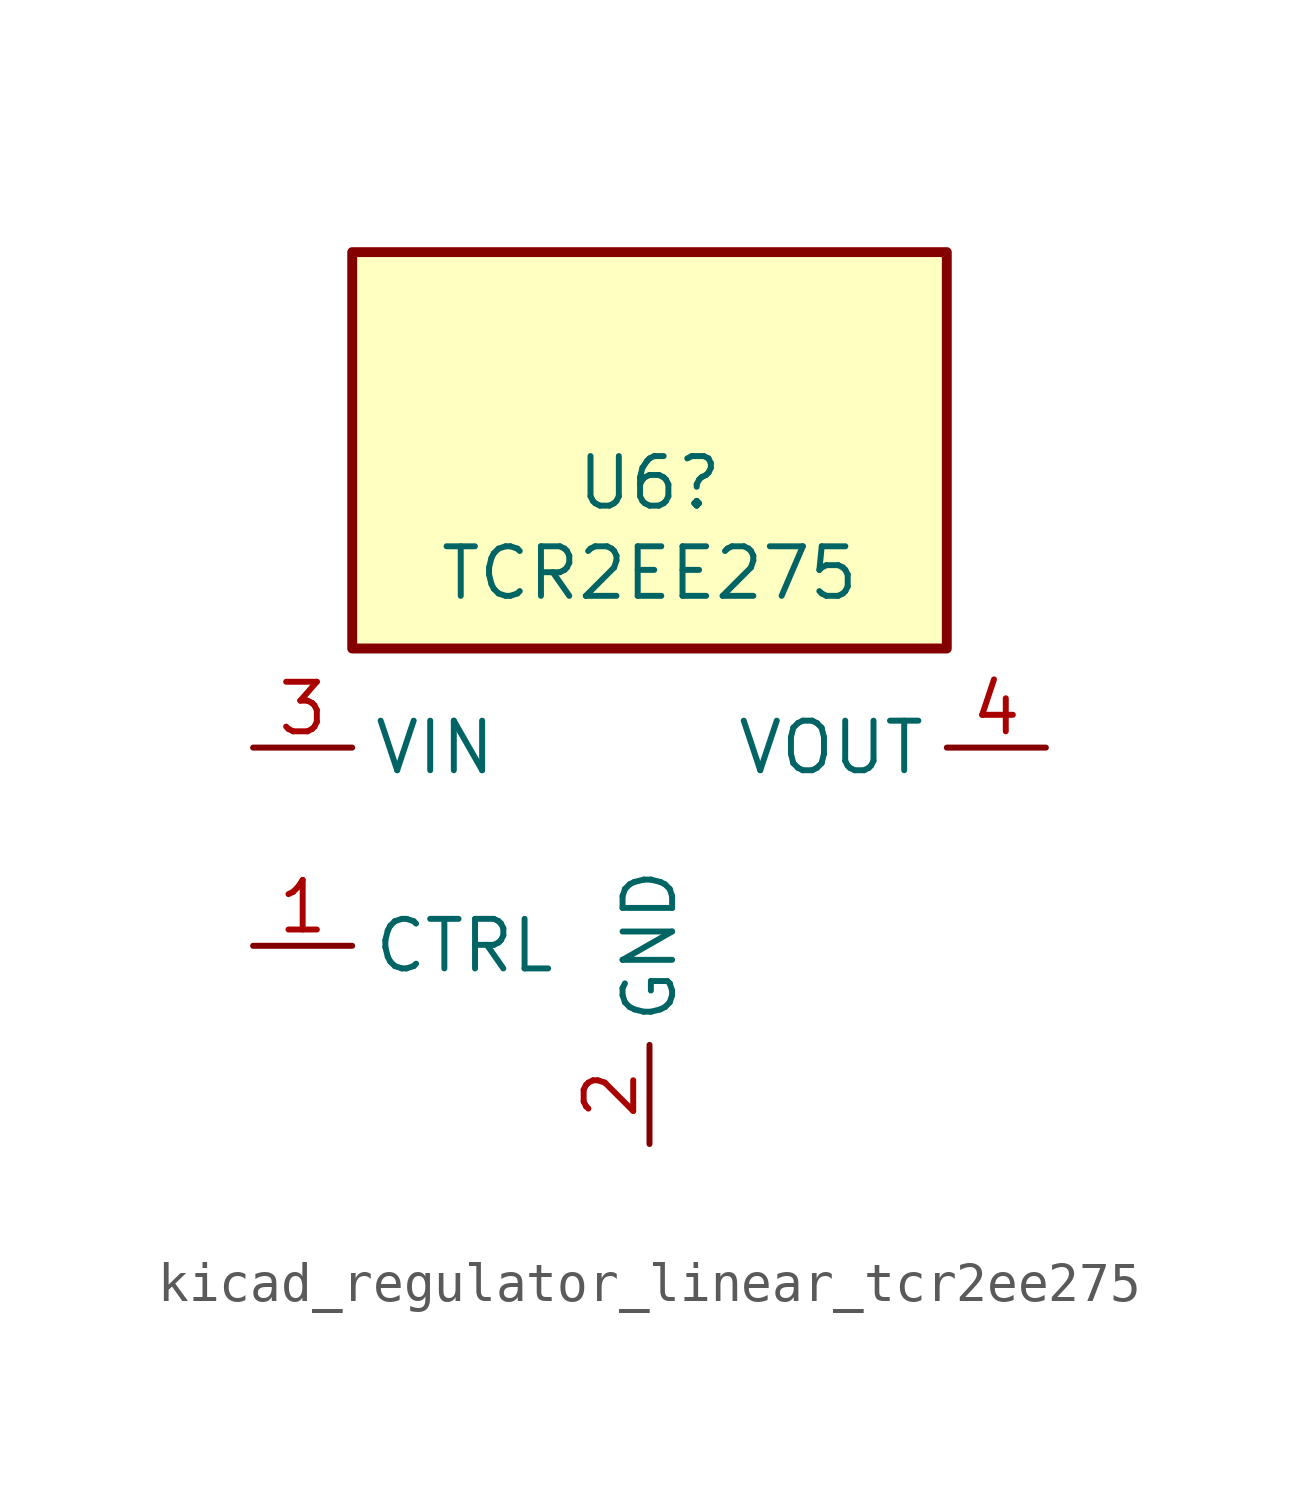
<source format=kicad_sym>
(kicad_symbol_lib
  (version 20220914)
  (generator kicad_symbol_editor)
  (symbol "kicad_regulator_linear_tcr2ee275"
    (property "Reference" "U6"
      (at 0 9.322 0)
      (effects (font (size 1.27 1.27))))
    (property "Value" "TCR2EE275"
      (at 0 7.01 0)
      (effects (font (size 1.27 1.27))))
    (symbol "kicad_regulator_linear_tcr2ee275_0_1"
      (rectangle (start 7.62 15.24) (end -7.62 5.08) (stroke (width 0.254) (type default)) (fill (type background))))
    (symbol "kicad_regulator_linear_tcr2ee275_1_1"
      (pin input line (at -10.16 -2.54 0) (length 2.54) (name "CTRL" (effects (font (size 1.27 1.27)))) (number "1" (effects (font (size 1.27 1.27)))))
      (pin power_in line (at 0 -7.62 90) (length 2.54) (name "GND" (effects (font (size 1.27 1.27)))) (number "2" (effects (font (size 1.27 1.27)))))
      (pin power_in line (at -10.16 2.54 0) (length 2.54) (name "VIN" (effects (font (size 1.27 1.27)))) (number "3" (effects (font (size 1.27 1.27)))))
      (pin power_out line (at 10.16 2.54 180) (length 2.54) (name "VOUT" (effects (font (size 1.27 1.27)))) (number "4" (effects (font (size 1.27 1.27)))))
      (pin no_connect line (at 7.62 -2.54 180) (length 2.54) hide (name "NC" (effects (font (size 1.27 1.27)))) (number "5" (effects (font (size 1.27 1.27))))))))
</source>
